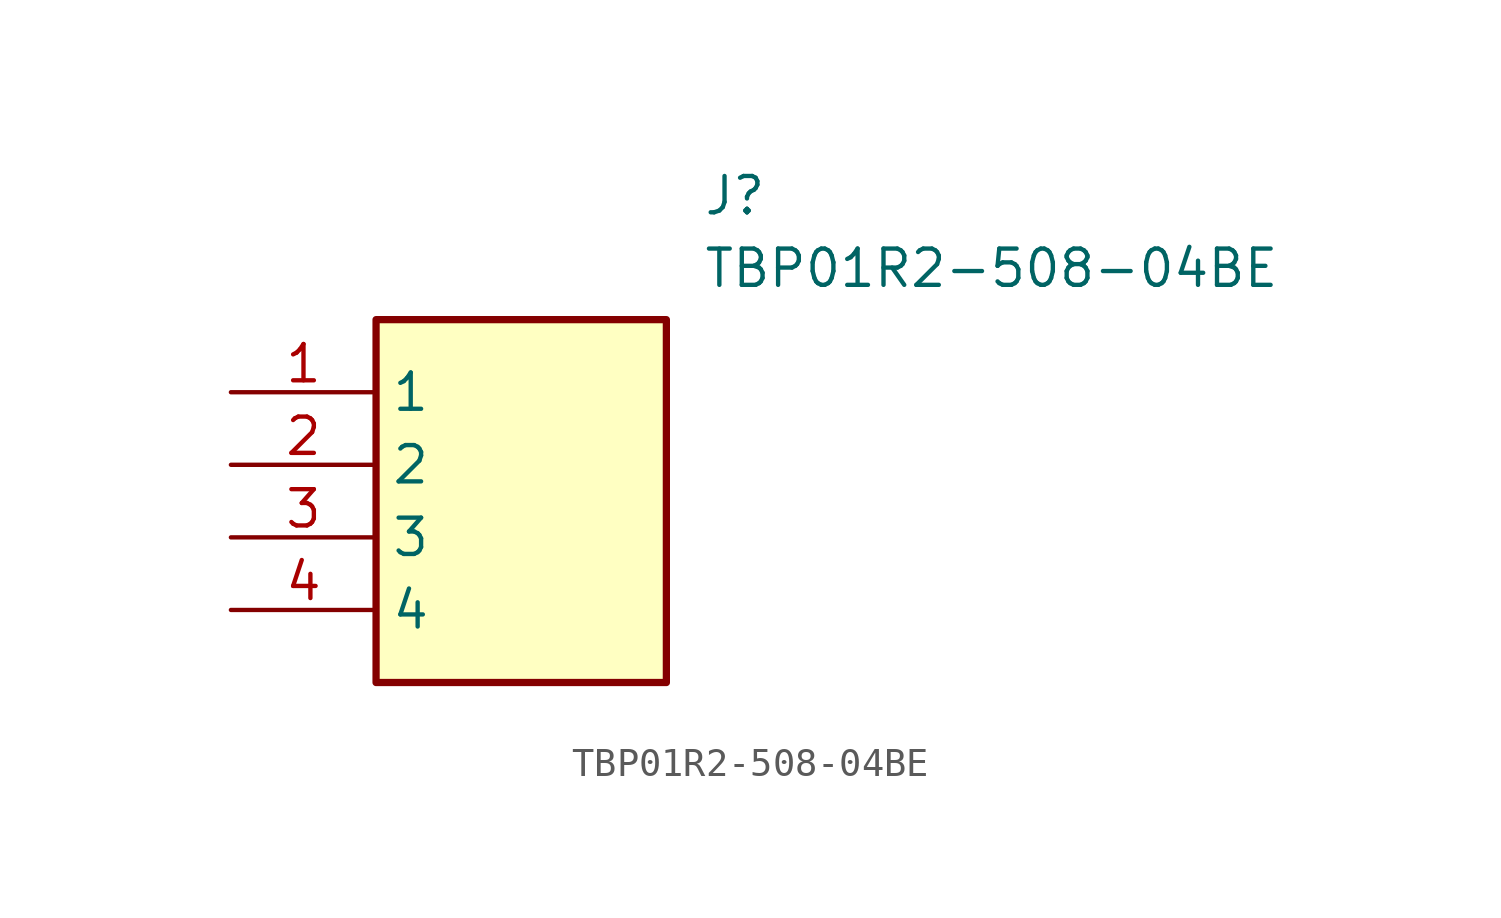
<source format=kicad_sym>
(kicad_symbol_lib
  (version 20211014)
  (generator SamacSys_ECAD_Model)
  (symbol "TBP01R2-508-04BE"
    (property "Reference" "J"
      (at 16.51 7.62 0)
      (effects (font (size 1.27 1.27)) (justify left top)))
    (property "Value" "TBP01R2-508-04BE"
      (at 16.51 5.08 0)
      (effects (font (size 1.27 1.27)) (justify left top)))
    (rectangle
      (start 5.08 2.54)
      (end 15.24 -10.16)
      (stroke (width 0.254) (type default))
      (fill (type background)))
    (pin passive line
      (at 0 0 0)
      (length 5.08)
      (name "1" (effects (font (size 1.27 1.27))))
      (number "1" (effects (font (size 1.27 1.27)))))
    (pin passive line
      (at 0 -2.54 0)
      (length 5.08)
      (name "2" (effects (font (size 1.27 1.27))))
      (number "2" (effects (font (size 1.27 1.27)))))
    (pin passive line
      (at 0 -5.08 0)
      (length 5.08)
      (name "3" (effects (font (size 1.27 1.27))))
      (number "3" (effects (font (size 1.27 1.27)))))
    (pin passive line
      (at 0 -7.62 0)
      (length 5.08)
      (name "4" (effects (font (size 1.27 1.27))))
      (number "4" (effects (font (size 1.27 1.27)))))))
</source>
